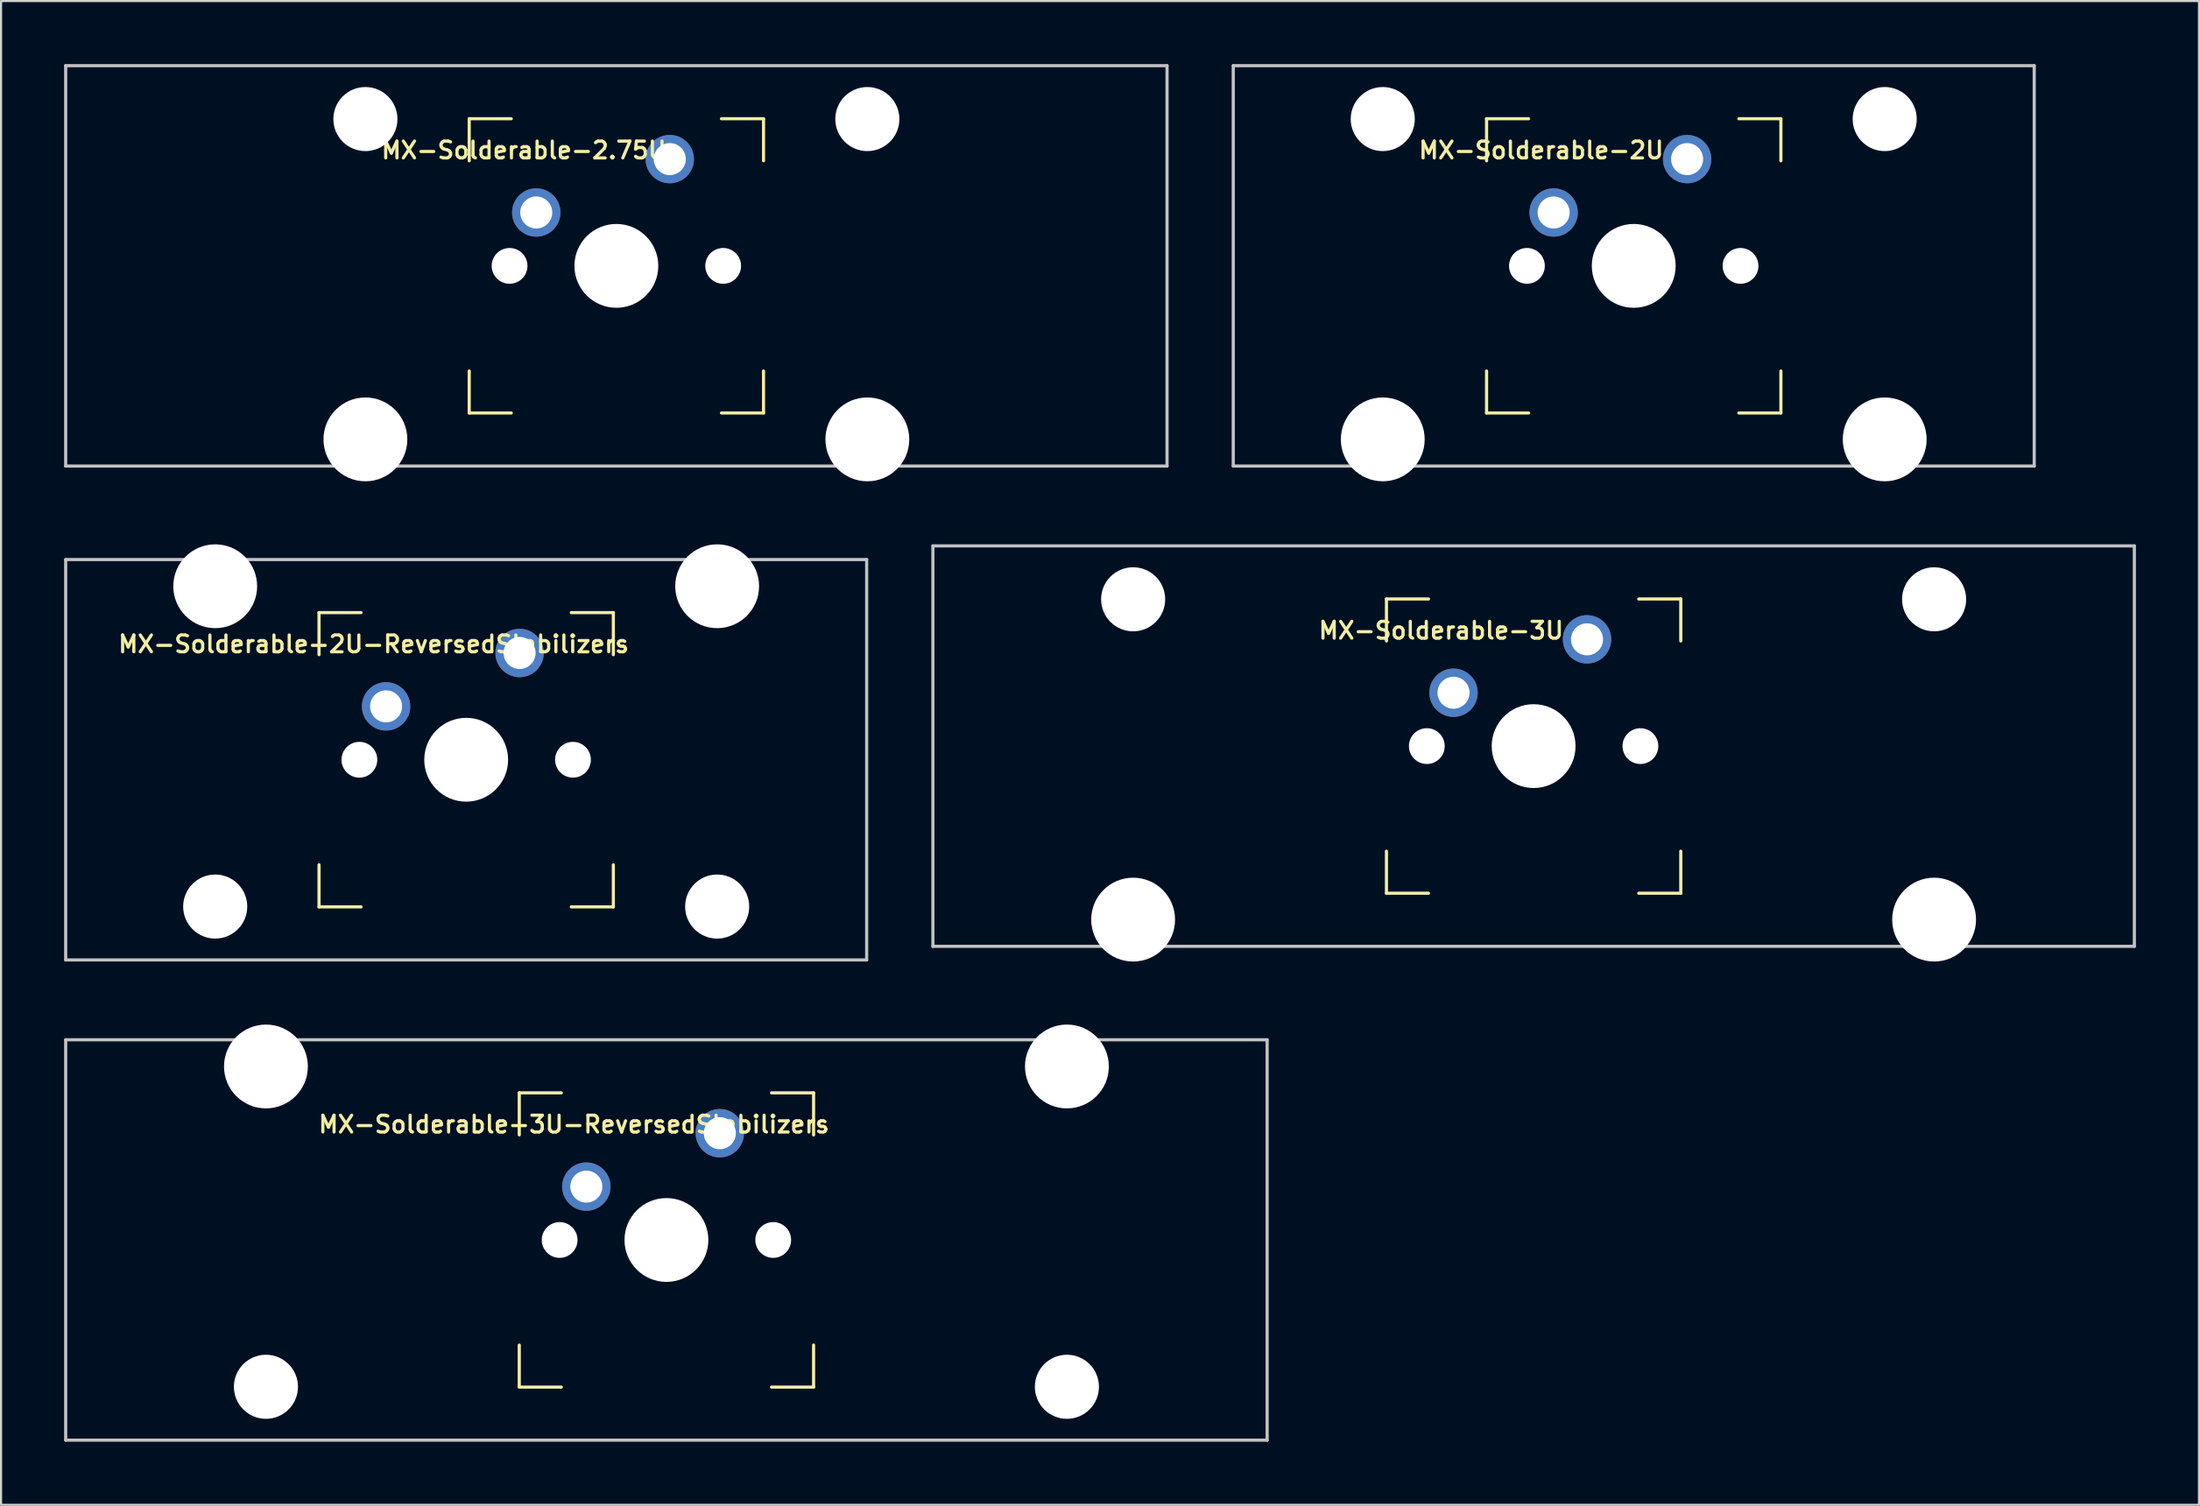
<source format=kicad_pcb>
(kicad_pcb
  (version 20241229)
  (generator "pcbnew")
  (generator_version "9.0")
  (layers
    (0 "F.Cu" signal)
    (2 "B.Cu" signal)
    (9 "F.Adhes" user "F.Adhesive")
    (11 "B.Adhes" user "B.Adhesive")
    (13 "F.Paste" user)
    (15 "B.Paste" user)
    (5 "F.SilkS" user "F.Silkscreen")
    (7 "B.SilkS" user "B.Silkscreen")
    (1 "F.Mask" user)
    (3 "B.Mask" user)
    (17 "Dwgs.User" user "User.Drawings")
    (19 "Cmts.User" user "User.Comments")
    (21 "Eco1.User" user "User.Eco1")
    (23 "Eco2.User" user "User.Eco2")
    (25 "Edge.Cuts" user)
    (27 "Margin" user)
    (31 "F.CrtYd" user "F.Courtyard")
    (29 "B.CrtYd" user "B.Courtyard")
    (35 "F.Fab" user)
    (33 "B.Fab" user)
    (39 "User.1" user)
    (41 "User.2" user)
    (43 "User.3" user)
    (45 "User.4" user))
  (footprint "MX-Solderable-3U"
    (layer "F.Cu")
    (at 69.9 32.449)
    (property "Reference" "MX-Solderable-3U" (at -4.4 -5.5 0) (layer "F.SilkS") (effects (font (size 0.8 0.8) (thickness 0.15))))
    (attr through_hole)
    (fp_line (start -7 -7) (end -7 -5) (stroke (width 0.15) (type solid)) (layer "F.SilkS"))
    (fp_line (start -7 5) (end -7 7) (stroke (width 0.15) (type solid)) (layer "F.SilkS"))
    (fp_line (start -7 7) (end -5 7) (stroke (width 0.15) (type solid)) (layer "F.SilkS"))
    (fp_line (start -5 -7) (end -7 -7) (stroke (width 0.15) (type solid)) (layer "F.SilkS"))
    (fp_line (start 5 -7) (end 7 -7) (stroke (width 0.15) (type solid)) (layer "F.SilkS"))
    (fp_line (start 5 7) (end 7 7) (stroke (width 0.15) (type solid)) (layer "F.SilkS"))
    (fp_line (start 7 -7) (end 7 -5) (stroke (width 0.15) (type solid)) (layer "F.SilkS"))
    (fp_line (start 7 7) (end 7 5) (stroke (width 0.15) (type solid)) (layer "F.SilkS"))
    (fp_line (start -28.575 9.525) (end -28.575 -9.525) (stroke (width 0.15) (type solid)) (layer "Dwgs.User"))
    (fp_line (start 28.575 -9.525) (end -28.575 -9.525) (stroke (width 0.15) (type solid)) (layer "Dwgs.User"))
    (fp_line (start 28.575 9.525) (end -28.575 9.525) (stroke (width 0.15) (type solid)) (layer "Dwgs.User"))
    (fp_line (start 28.575 9.525) (end 28.575 -9.525) (stroke (width 0.15) (type solid)) (layer "Dwgs.User"))
    (pad "" np_thru_hole circle (at -19.05 -6.985) (size 3.048 3.048) (drill 3.048) (layers "*.Cu" "*.Mask"))
    (pad "" np_thru_hole circle (at -19.05 8.255) (size 3.988 3.988) (drill 3.988) (layers "*.Cu" "*.Mask"))
    (pad "" np_thru_hole circle (at -5.08 0 48.099) (size 1.702 1.702) (drill 1.702) (layers "*.Cu" "*.Mask"))
    (pad "" np_thru_hole circle (at 0 0) (size 3.988 3.988) (drill 3.988) (layers "*.Cu" "*.Mask"))
    (pad "" np_thru_hole circle (at 5.08 0 48.099) (size 1.702 1.702) (drill 1.702) (layers "*.Cu" "*.Mask"))
    (pad "" np_thru_hole circle (at 19.05 -6.985) (size 3.048 3.048) (drill 3.048) (layers "*.Cu" "*.Mask"))
    (pad "" np_thru_hole circle (at 19.05 8.255) (size 3.988 3.988) (drill 3.988) (layers "*.Cu" "*.Mask"))
    (pad "1" thru_hole circle (at -3.81 -2.54) (size 2.3 2.3) (drill 1.524) (layers "*.Cu" "B.Mask"))
    (pad "2" thru_hole circle (at 2.54 -5.08) (size 2.3 2.3) (drill 1.524) (layers "*.Cu" "B.Mask")))
  (footprint "MX-Solderable-2U-ReversedStabilizers"
    (layer "F.Cu")
    (at 19.125 33.098)
    (property "Reference" "MX-Solderable-2U-ReversedStabilizers" (at -4.4 -5.5 0) (layer "F.SilkS") (effects (font (size 0.8 0.8) (thickness 0.15))))
    (attr through_hole)
    (fp_line (start -7 -7) (end -7 -5) (stroke (width 0.15) (type solid)) (layer "F.SilkS"))
    (fp_line (start -7 5) (end -7 7) (stroke (width 0.15) (type solid)) (layer "F.SilkS"))
    (fp_line (start -7 7) (end -5 7) (stroke (width 0.15) (type solid)) (layer "F.SilkS"))
    (fp_line (start -5 -7) (end -7 -7) (stroke (width 0.15) (type solid)) (layer "F.SilkS"))
    (fp_line (start 5 -7) (end 7 -7) (stroke (width 0.15) (type solid)) (layer "F.SilkS"))
    (fp_line (start 5 7) (end 7 7) (stroke (width 0.15) (type solid)) (layer "F.SilkS"))
    (fp_line (start 7 -7) (end 7 -5) (stroke (width 0.15) (type solid)) (layer "F.SilkS"))
    (fp_line (start 7 7) (end 7 5) (stroke (width 0.15) (type solid)) (layer "F.SilkS"))
    (fp_line (start -19.05 9.525) (end -19.05 -9.525) (stroke (width 0.15) (type solid)) (layer "Dwgs.User"))
    (fp_line (start 19.05 -9.525) (end -19.05 -9.525) (stroke (width 0.15) (type solid)) (layer "Dwgs.User"))
    (fp_line (start 19.05 9.525) (end -19.05 9.525) (stroke (width 0.15) (type solid)) (layer "Dwgs.User"))
    (fp_line (start 19.05 9.525) (end 19.05 -9.525) (stroke (width 0.15) (type solid)) (layer "Dwgs.User"))
    (pad "" np_thru_hole circle (at -11.938 -8.255) (size 3.988 3.988) (drill 3.988) (layers "*.Cu" "*.Mask"))
    (pad "" np_thru_hole circle (at -11.938 6.985) (size 3.048 3.048) (drill 3.048) (layers "*.Cu" "*.Mask"))
    (pad "" np_thru_hole circle (at -5.08 0 48.099) (size 1.702 1.702) (drill 1.702) (layers "*.Cu" "*.Mask"))
    (pad "" np_thru_hole circle (at 0 0) (size 3.988 3.988) (drill 3.988) (layers "*.Cu" "*.Mask"))
    (pad "" np_thru_hole circle (at 5.08 0 48.099) (size 1.702 1.702) (drill 1.702) (layers "*.Cu" "*.Mask"))
    (pad "" np_thru_hole circle (at 11.938 -8.255) (size 3.988 3.988) (drill 3.988) (layers "*.Cu" "*.Mask"))
    (pad "" np_thru_hole circle (at 11.938 6.985) (size 3.048 3.048) (drill 3.048) (layers "*.Cu" "*.Mask"))
    (pad "1" thru_hole circle (at -3.81 -2.54) (size 2.3 2.3) (drill 1.524) (layers "*.Cu" "B.Mask"))
    (pad "2" thru_hole circle (at 2.54 -5.08) (size 2.3 2.3) (drill 1.524) (layers "*.Cu" "B.Mask")))
  (footprint "MX-Solderable-2.75U"
    (layer "F.Cu")
    (at 26.269 9.6)
    (property "Reference" "MX-Solderable-2.75U" (at -4.4 -5.5 0) (layer "F.SilkS") (effects (font (size 0.8 0.8) (thickness 0.15))))
    (attr through_hole)
    (fp_line (start -7 -7) (end -7 -5) (stroke (width 0.15) (type solid)) (layer "F.SilkS"))
    (fp_line (start -7 5) (end -7 7) (stroke (width 0.15) (type solid)) (layer "F.SilkS"))
    (fp_line (start -7 7) (end -5 7) (stroke (width 0.15) (type solid)) (layer "F.SilkS"))
    (fp_line (start -5 -7) (end -7 -7) (stroke (width 0.15) (type solid)) (layer "F.SilkS"))
    (fp_line (start 5 -7) (end 7 -7) (stroke (width 0.15) (type solid)) (layer "F.SilkS"))
    (fp_line (start 5 7) (end 7 7) (stroke (width 0.15) (type solid)) (layer "F.SilkS"))
    (fp_line (start 7 -7) (end 7 -5) (stroke (width 0.15) (type solid)) (layer "F.SilkS"))
    (fp_line (start 7 7) (end 7 5) (stroke (width 0.15) (type solid)) (layer "F.SilkS"))
    (fp_line (start -26.194 9.525) (end -26.194 -9.525) (stroke (width 0.15) (type solid)) (layer "Dwgs.User"))
    (fp_line (start 26.194 -9.525) (end -26.194 -9.525) (stroke (width 0.15) (type solid)) (layer "Dwgs.User"))
    (fp_line (start 26.194 9.525) (end -26.194 9.525) (stroke (width 0.15) (type solid)) (layer "Dwgs.User"))
    (fp_line (start 26.194 9.525) (end 26.194 -9.525) (stroke (width 0.15) (type solid)) (layer "Dwgs.User"))
    (pad "" np_thru_hole circle (at -11.938 -6.985) (size 3.048 3.048) (drill 3.048) (layers "*.Cu" "*.Mask"))
    (pad "" np_thru_hole circle (at -11.938 8.255) (size 3.988 3.988) (drill 3.988) (layers "*.Cu" "*.Mask"))
    (pad "" np_thru_hole circle (at -5.08 0 48.099) (size 1.702 1.702) (drill 1.702) (layers "*.Cu" "*.Mask"))
    (pad "" np_thru_hole circle (at 0 0) (size 3.988 3.988) (drill 3.988) (layers "*.Cu" "*.Mask"))
    (pad "" np_thru_hole circle (at 5.08 0 48.099) (size 1.702 1.702) (drill 1.702) (layers "*.Cu" "*.Mask"))
    (pad "" np_thru_hole circle (at 11.938 -6.985) (size 3.048 3.048) (drill 3.048) (layers "*.Cu" "*.Mask"))
    (pad "" np_thru_hole circle (at 11.938 8.255) (size 3.988 3.988) (drill 3.988) (layers "*.Cu" "*.Mask"))
    (pad "1" thru_hole circle (at -3.81 -2.54) (size 2.3 2.3) (drill 1.524) (layers "*.Cu" "B.Mask"))
    (pad "2" thru_hole circle (at 2.54 -5.08) (size 2.3 2.3) (drill 1.524) (layers "*.Cu" "B.Mask")))
  (footprint "MX-Solderable-2U"
    (layer "F.Cu")
    (at 74.662 9.6)
    (property "Reference" "MX-Solderable-2U" (at -4.4 -5.5 0) (layer "F.SilkS") (effects (font (size 0.8 0.8) (thickness 0.15))))
    (attr through_hole)
    (fp_line (start -7 -7) (end -7 -5) (stroke (width 0.15) (type solid)) (layer "F.SilkS"))
    (fp_line (start -7 5) (end -7 7) (stroke (width 0.15) (type solid)) (layer "F.SilkS"))
    (fp_line (start -7 7) (end -5 7) (stroke (width 0.15) (type solid)) (layer "F.SilkS"))
    (fp_line (start -5 -7) (end -7 -7) (stroke (width 0.15) (type solid)) (layer "F.SilkS"))
    (fp_line (start 5 -7) (end 7 -7) (stroke (width 0.15) (type solid)) (layer "F.SilkS"))
    (fp_line (start 5 7) (end 7 7) (stroke (width 0.15) (type solid)) (layer "F.SilkS"))
    (fp_line (start 7 -7) (end 7 -5) (stroke (width 0.15) (type solid)) (layer "F.SilkS"))
    (fp_line (start 7 7) (end 7 5) (stroke (width 0.15) (type solid)) (layer "F.SilkS"))
    (fp_line (start -19.05 9.525) (end -19.05 -9.525) (stroke (width 0.15) (type solid)) (layer "Dwgs.User"))
    (fp_line (start 19.05 -9.525) (end -19.05 -9.525) (stroke (width 0.15) (type solid)) (layer "Dwgs.User"))
    (fp_line (start 19.05 9.525) (end -19.05 9.525) (stroke (width 0.15) (type solid)) (layer "Dwgs.User"))
    (fp_line (start 19.05 9.525) (end 19.05 -9.525) (stroke (width 0.15) (type solid)) (layer "Dwgs.User"))
    (pad "" np_thru_hole circle (at -11.938 -6.985) (size 3.048 3.048) (drill 3.048) (layers "*.Cu" "*.Mask"))
    (pad "" np_thru_hole circle (at -11.938 8.255) (size 3.988 3.988) (drill 3.988) (layers "*.Cu" "*.Mask"))
    (pad "" np_thru_hole circle (at -5.08 0 48.099) (size 1.702 1.702) (drill 1.702) (layers "*.Cu" "*.Mask"))
    (pad "" np_thru_hole circle (at 0 0) (size 3.988 3.988) (drill 3.988) (layers "*.Cu" "*.Mask"))
    (pad "" np_thru_hole circle (at 5.08 0 48.099) (size 1.702 1.702) (drill 1.702) (layers "*.Cu" "*.Mask"))
    (pad "" np_thru_hole circle (at 11.938 -6.985) (size 3.048 3.048) (drill 3.048) (layers "*.Cu" "*.Mask"))
    (pad "" np_thru_hole circle (at 11.938 8.255) (size 3.988 3.988) (drill 3.988) (layers "*.Cu" "*.Mask"))
    (pad "1" thru_hole circle (at -3.81 -2.54) (size 2.3 2.3) (drill 1.524) (layers "*.Cu" "B.Mask"))
    (pad "2" thru_hole circle (at 2.54 -5.08) (size 2.3 2.3) (drill 1.524) (layers "*.Cu" "B.Mask")))
  (footprint "MX-Solderable-3U-ReversedStabilizers"
    (layer "F.Cu")
    (at 28.65 55.947)
    (property "Reference" "MX-Solderable-3U-ReversedStabilizers" (at -4.4 -5.5 0) (layer "F.SilkS") (effects (font (size 0.8 0.8) (thickness 0.15))))
    (attr through_hole)
    (fp_line (start -7 -7) (end -7 -5) (stroke (width 0.15) (type solid)) (layer "F.SilkS"))
    (fp_line (start -7 5) (end -7 7) (stroke (width 0.15) (type solid)) (layer "F.SilkS"))
    (fp_line (start -7 7) (end -5 7) (stroke (width 0.15) (type solid)) (layer "F.SilkS"))
    (fp_line (start -5 -7) (end -7 -7) (stroke (width 0.15) (type solid)) (layer "F.SilkS"))
    (fp_line (start 5 -7) (end 7 -7) (stroke (width 0.15) (type solid)) (layer "F.SilkS"))
    (fp_line (start 5 7) (end 7 7) (stroke (width 0.15) (type solid)) (layer "F.SilkS"))
    (fp_line (start 7 -7) (end 7 -5) (stroke (width 0.15) (type solid)) (layer "F.SilkS"))
    (fp_line (start 7 7) (end 7 5) (stroke (width 0.15) (type solid)) (layer "F.SilkS"))
    (fp_line (start -28.575 9.525) (end -28.575 -9.525) (stroke (width 0.15) (type solid)) (layer "Dwgs.User"))
    (fp_line (start 28.575 -9.525) (end -28.575 -9.525) (stroke (width 0.15) (type solid)) (layer "Dwgs.User"))
    (fp_line (start 28.575 9.525) (end -28.575 9.525) (stroke (width 0.15) (type solid)) (layer "Dwgs.User"))
    (fp_line (start 28.575 9.525) (end 28.575 -9.525) (stroke (width 0.15) (type solid)) (layer "Dwgs.User"))
    (pad "" np_thru_hole circle (at -19.05 -8.255) (size 3.988 3.988) (drill 3.988) (layers "*.Cu" "*.Mask"))
    (pad "" np_thru_hole circle (at -19.05 6.985) (size 3.048 3.048) (drill 3.048) (layers "*.Cu" "*.Mask"))
    (pad "" np_thru_hole circle (at -5.08 0 48.099) (size 1.702 1.702) (drill 1.702) (layers "*.Cu" "*.Mask"))
    (pad "" np_thru_hole circle (at 0 0) (size 3.988 3.988) (drill 3.988) (layers "*.Cu" "*.Mask"))
    (pad "" np_thru_hole circle (at 5.08 0 48.099) (size 1.702 1.702) (drill 1.702) (layers "*.Cu" "*.Mask"))
    (pad "" np_thru_hole circle (at 19.05 -8.255) (size 3.988 3.988) (drill 3.988) (layers "*.Cu" "*.Mask"))
    (pad "" np_thru_hole circle (at 19.05 6.985) (size 3.048 3.048) (drill 3.048) (layers "*.Cu" "*.Mask"))
    (pad "1" thru_hole circle (at -3.81 -2.54) (size 2.3 2.3) (drill 1.524) (layers "*.Cu" "B.Mask"))
    (pad "2" thru_hole circle (at 2.54 -5.08) (size 2.3 2.3) (drill 1.524) (layers "*.Cu" "B.Mask")))
  (gr_rect
    (start -3 -3)
    (end 101.55 68.547)
    (stroke (width 0.1) (type default))
    (fill no)
    (layer "Edge.Cuts")))
</source>
